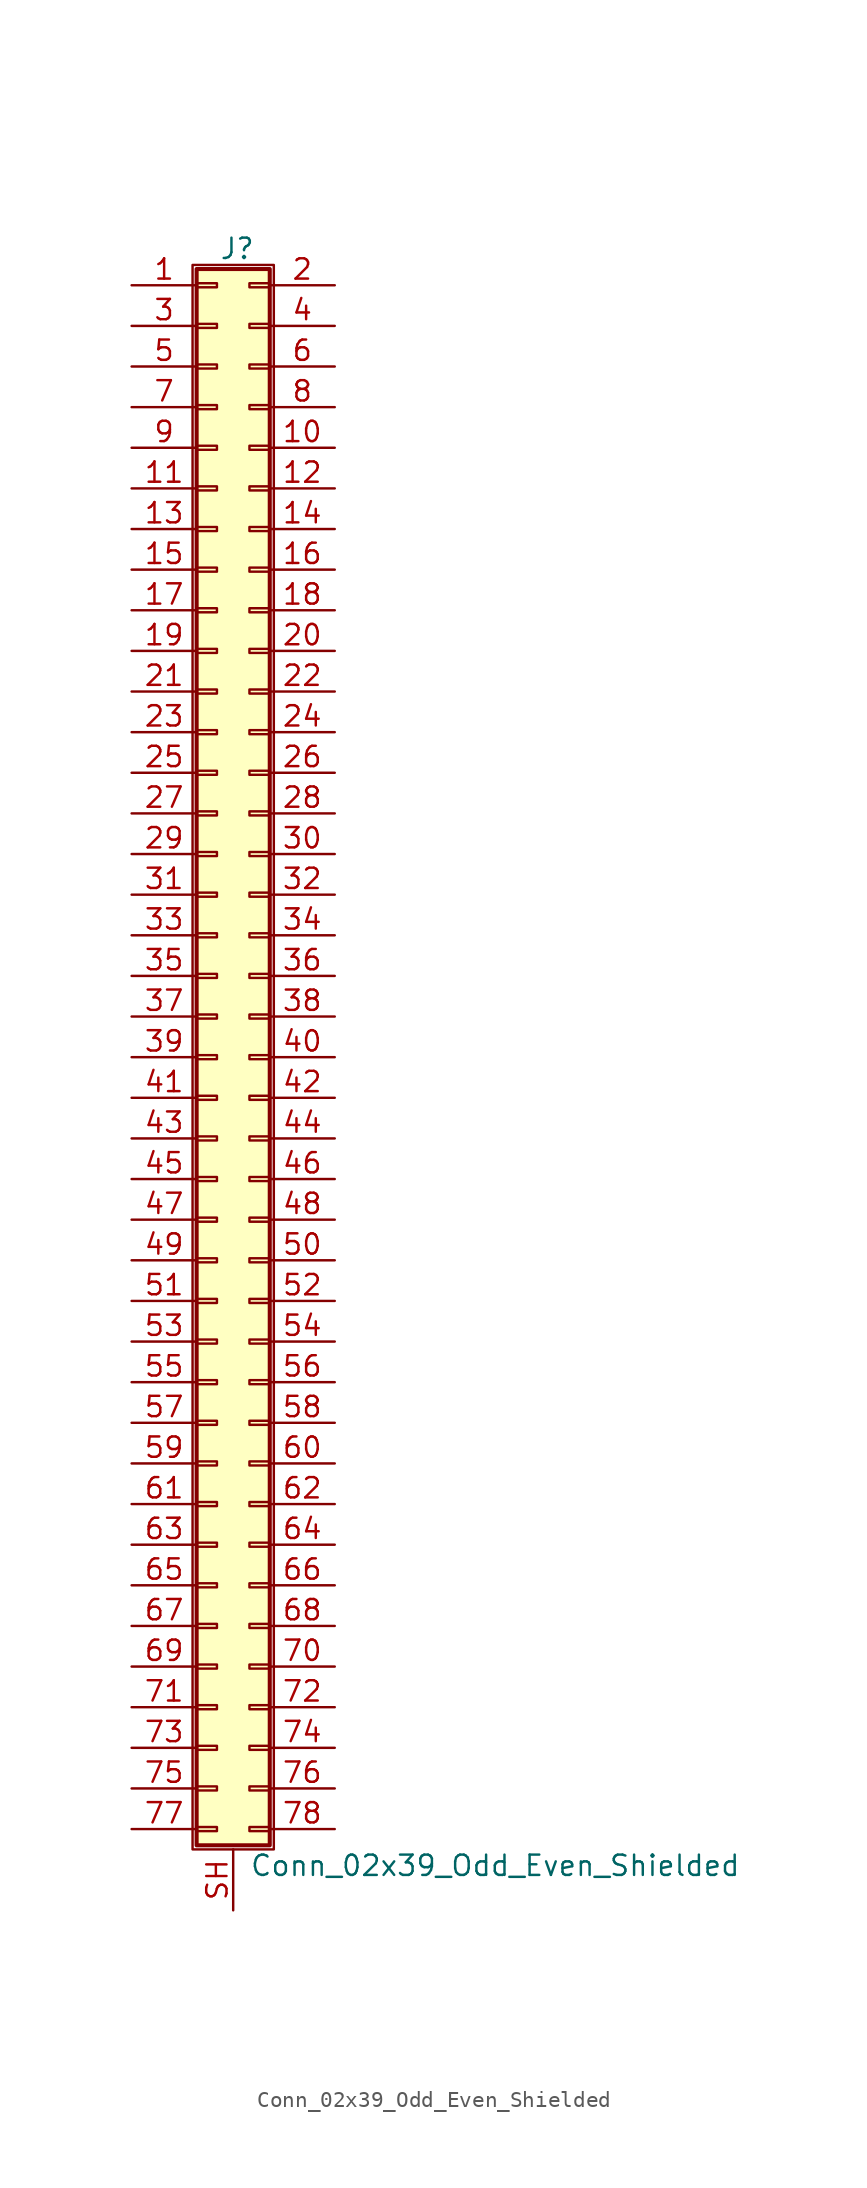
<source format=kicad_sym>
(kicad_symbol_lib
  (version 20201005)
  (generator kicad_symbol_editor)
  (symbol "Connector_Generic_Shielded:Conn_02x39_Odd_Even_Shielded"
    (pin_names
      (offset 1.016) hide)
    (property "Reference" "J"
      (at 1.524 50.546 0)
      (effects (font (size 1.27 1.27))))
    (property "Value" "Conn_02x39_Odd_Even_Shielded"
      (at 2.286 -50.546 0)
      (effects (font (size 1.27 1.27)) (justify left)))
    (symbol "Conn_02x39_Odd_Even_Shielded_1_1"
      (rectangle (start -1.016 -27.813) (end 0.254 -28.067) (stroke (width 0.152)) (fill (type none)))
      (rectangle (start -1.016 -30.353) (end 0.254 -30.607) (stroke (width 0.152)) (fill (type none)))
      (rectangle (start -1.016 -32.893) (end 0.254 -33.147) (stroke (width 0.152)) (fill (type none)))
      (rectangle (start -1.016 -35.433) (end 0.254 -35.687) (stroke (width 0.152)) (fill (type none)))
      (rectangle (start -1.016 -37.973) (end 0.254 -38.227) (stroke (width 0.152)) (fill (type none)))
      (rectangle (start -1.016 -40.513) (end 0.254 -40.767) (stroke (width 0.152)) (fill (type none)))
      (rectangle (start -1.016 -43.053) (end 0.254 -43.307) (stroke (width 0.152)) (fill (type none)))
      (rectangle (start -1.016 -45.593) (end 0.254 -45.847) (stroke (width 0.152)) (fill (type none)))
      (rectangle (start -1.016 -48.133) (end 0.254 -48.387) (stroke (width 0.152)) (fill (type none)))
      (rectangle (start -1.016 -4.953) (end 0.254 -5.207) (stroke (width 0.152)) (fill (type none)))
      (rectangle (start -1.016 -7.493) (end 0.254 -7.747) (stroke (width 0.152)) (fill (type none)))
      (rectangle (start -1.016 -10.033) (end 0.254 -10.287) (stroke (width 0.152)) (fill (type none)))
      (rectangle (start -1.016 -12.573) (end 0.254 -12.827) (stroke (width 0.152)) (fill (type none)))
      (rectangle (start -1.016 -15.113) (end 0.254 -15.367) (stroke (width 0.152)) (fill (type none)))
      (rectangle (start -1.016 -17.653) (end 0.254 -17.907) (stroke (width 0.152)) (fill (type none)))
      (rectangle (start -1.016 -20.193) (end 0.254 -20.447) (stroke (width 0.152)) (fill (type none)))
      (rectangle (start -1.016 -22.733) (end 0.254 -22.987) (stroke (width 0.152)) (fill (type none)))
      (rectangle (start -1.016 -2.413) (end 0.254 -2.667) (stroke (width 0.152)) (fill (type none)))
      (rectangle (start -1.016 -25.273) (end 0.254 -25.527) (stroke (width 0.152)) (fill (type none)))
      (rectangle (start -1.016 25.527) (end 0.254 25.273) (stroke (width 0.152)) (fill (type none)))
      (rectangle (start -1.016 2.667) (end 0.254 2.413) (stroke (width 0.152)) (fill (type none)))
      (rectangle (start -1.016 28.067) (end 0.254 27.813) (stroke (width 0.152)) (fill (type none)))
      (rectangle (start -1.016 30.607) (end 0.254 30.353) (stroke (width 0.152)) (fill (type none)))
      (rectangle (start -1.016 33.147) (end 0.254 32.893) (stroke (width 0.152)) (fill (type none)))
      (rectangle (start -1.016 35.687) (end 0.254 35.433) (stroke (width 0.152)) (fill (type none)))
      (rectangle (start -1.016 38.227) (end 0.254 37.973) (stroke (width 0.152)) (fill (type none)))
      (rectangle (start -1.016 40.767) (end 0.254 40.513) (stroke (width 0.152)) (fill (type none)))
      (rectangle (start -1.016 43.307) (end 0.254 43.053) (stroke (width 0.152)) (fill (type none)))
      (rectangle (start -1.016 45.847) (end 0.254 45.593) (stroke (width 0.152)) (fill (type none)))
      (rectangle (start -1.016 48.387) (end 0.254 48.133) (stroke (width 0.152)) (fill (type none)))
      (rectangle (start -1.016 49.276) (end 3.556 -49.276) (stroke (width 0.254)) (fill (type background)))
      (rectangle (start -1.016 5.207) (end 0.254 4.953) (stroke (width 0.152)) (fill (type none)))
      (rectangle (start -1.016 7.747) (end 0.254 7.493) (stroke (width 0.152)) (fill (type none)))
      (rectangle (start -1.016 10.287) (end 0.254 10.033) (stroke (width 0.152)) (fill (type none)))
      (rectangle (start -1.016 0.127) (end 0.254 -0.127) (stroke (width 0.152)) (fill (type none)))
      (rectangle (start -1.016 12.827) (end 0.254 12.573) (stroke (width 0.152)) (fill (type none)))
      (rectangle (start -1.016 15.367) (end 0.254 15.113) (stroke (width 0.152)) (fill (type none)))
      (rectangle (start -1.016 17.907) (end 0.254 17.653) (stroke (width 0.152)) (fill (type none)))
      (rectangle (start -1.016 20.447) (end 0.254 20.193) (stroke (width 0.152)) (fill (type none)))
      (rectangle (start -1.016 22.987) (end 0.254 22.733) (stroke (width 0.152)) (fill (type none)))
      (rectangle (start -1.27 49.53) (end 3.81 -49.53) (stroke (width 0.152)) (fill (type none)))
      (rectangle (start 3.556 -27.813) (end 2.286 -28.067) (stroke (width 0.152)) (fill (type none)))
      (rectangle (start 3.556 -30.353) (end 2.286 -30.607) (stroke (width 0.152)) (fill (type none)))
      (rectangle (start 3.556 -32.893) (end 2.286 -33.147) (stroke (width 0.152)) (fill (type none)))
      (rectangle (start 3.556 -35.433) (end 2.286 -35.687) (stroke (width 0.152)) (fill (type none)))
      (rectangle (start 3.556 -37.973) (end 2.286 -38.227) (stroke (width 0.152)) (fill (type none)))
      (rectangle (start 3.556 -40.513) (end 2.286 -40.767) (stroke (width 0.152)) (fill (type none)))
      (rectangle (start 3.556 -43.053) (end 2.286 -43.307) (stroke (width 0.152)) (fill (type none)))
      (rectangle (start 3.556 -45.593) (end 2.286 -45.847) (stroke (width 0.152)) (fill (type none)))
      (rectangle (start 3.556 -48.133) (end 2.286 -48.387) (stroke (width 0.152)) (fill (type none)))
      (rectangle (start 3.556 -4.953) (end 2.286 -5.207) (stroke (width 0.152)) (fill (type none)))
      (rectangle (start 3.556 -7.493) (end 2.286 -7.747) (stroke (width 0.152)) (fill (type none)))
      (rectangle (start 3.556 -10.033) (end 2.286 -10.287) (stroke (width 0.152)) (fill (type none)))
      (rectangle (start 3.556 -12.573) (end 2.286 -12.827) (stroke (width 0.152)) (fill (type none)))
      (rectangle (start 3.556 -15.113) (end 2.286 -15.367) (stroke (width 0.152)) (fill (type none)))
      (rectangle (start 3.556 -17.653) (end 2.286 -17.907) (stroke (width 0.152)) (fill (type none)))
      (rectangle (start 3.556 -20.193) (end 2.286 -20.447) (stroke (width 0.152)) (fill (type none)))
      (rectangle (start 3.556 -22.733) (end 2.286 -22.987) (stroke (width 0.152)) (fill (type none)))
      (rectangle (start 3.556 -2.413) (end 2.286 -2.667) (stroke (width 0.152)) (fill (type none)))
      (rectangle (start 3.556 -25.273) (end 2.286 -25.527) (stroke (width 0.152)) (fill (type none)))
      (rectangle (start 3.556 25.527) (end 2.286 25.273) (stroke (width 0.152)) (fill (type none)))
      (rectangle (start 3.556 2.667) (end 2.286 2.413) (stroke (width 0.152)) (fill (type none)))
      (rectangle (start 3.556 28.067) (end 2.286 27.813) (stroke (width 0.152)) (fill (type none)))
      (rectangle (start 3.556 30.607) (end 2.286 30.353) (stroke (width 0.152)) (fill (type none)))
      (rectangle (start 3.556 33.147) (end 2.286 32.893) (stroke (width 0.152)) (fill (type none)))
      (rectangle (start 3.556 35.687) (end 2.286 35.433) (stroke (width 0.152)) (fill (type none)))
      (rectangle (start 3.556 38.227) (end 2.286 37.973) (stroke (width 0.152)) (fill (type none)))
      (rectangle (start 3.556 40.767) (end 2.286 40.513) (stroke (width 0.152)) (fill (type none)))
      (rectangle (start 3.556 43.307) (end 2.286 43.053) (stroke (width 0.152)) (fill (type none)))
      (rectangle (start 3.556 45.847) (end 2.286 45.593) (stroke (width 0.152)) (fill (type none)))
      (rectangle (start 3.556 48.387) (end 2.286 48.133) (stroke (width 0.152)) (fill (type none)))
      (rectangle (start 3.556 5.207) (end 2.286 4.953) (stroke (width 0.152)) (fill (type none)))
      (rectangle (start 3.556 7.747) (end 2.286 7.493) (stroke (width 0.152)) (fill (type none)))
      (rectangle (start 3.556 10.287) (end 2.286 10.033) (stroke (width 0.152)) (fill (type none)))
      (rectangle (start 3.556 0.127) (end 2.286 -0.127) (stroke (width 0.152)) (fill (type none)))
      (rectangle (start 3.556 12.827) (end 2.286 12.573) (stroke (width 0.152)) (fill (type none)))
      (rectangle (start 3.556 15.367) (end 2.286 15.113) (stroke (width 0.152)) (fill (type none)))
      (rectangle (start 3.556 17.907) (end 2.286 17.653) (stroke (width 0.152)) (fill (type none)))
      (rectangle (start 3.556 20.447) (end 2.286 20.193) (stroke (width 0.152)) (fill (type none)))
      (rectangle (start 3.556 22.987) (end 2.286 22.733) (stroke (width 0.152)) (fill (type none)))
      (pin passive line (at -5.08 48.26 0) (length 4.064) (name "Pin_1" (effects (font (size 1.27 1.27)))) (number "1" (effects (font (size 1.27 1.27)))))
      (pin passive line (at 7.62 38.1 180) (length 4.064) (name "Pin_10" (effects (font (size 1.27 1.27)))) (number "10" (effects (font (size 1.27 1.27)))))
      (pin passive line (at -5.08 35.56 0) (length 4.064) (name "Pin_11" (effects (font (size 1.27 1.27)))) (number "11" (effects (font (size 1.27 1.27)))))
      (pin passive line (at 7.62 35.56 180) (length 4.064) (name "Pin_12" (effects (font (size 1.27 1.27)))) (number "12" (effects (font (size 1.27 1.27)))))
      (pin passive line (at -5.08 33.02 0) (length 4.064) (name "Pin_13" (effects (font (size 1.27 1.27)))) (number "13" (effects (font (size 1.27 1.27)))))
      (pin passive line (at 7.62 33.02 180) (length 4.064) (name "Pin_14" (effects (font (size 1.27 1.27)))) (number "14" (effects (font (size 1.27 1.27)))))
      (pin passive line (at -5.08 30.48 0) (length 4.064) (name "Pin_15" (effects (font (size 1.27 1.27)))) (number "15" (effects (font (size 1.27 1.27)))))
      (pin passive line (at 7.62 30.48 180) (length 4.064) (name "Pin_16" (effects (font (size 1.27 1.27)))) (number "16" (effects (font (size 1.27 1.27)))))
      (pin passive line (at -5.08 27.94 0) (length 4.064) (name "Pin_17" (effects (font (size 1.27 1.27)))) (number "17" (effects (font (size 1.27 1.27)))))
      (pin passive line (at 7.62 27.94 180) (length 4.064) (name "Pin_18" (effects (font (size 1.27 1.27)))) (number "18" (effects (font (size 1.27 1.27)))))
      (pin passive line (at -5.08 25.4 0) (length 4.064) (name "Pin_19" (effects (font (size 1.27 1.27)))) (number "19" (effects (font (size 1.27 1.27)))))
      (pin passive line (at 7.62 48.26 180) (length 4.064) (name "Pin_2" (effects (font (size 1.27 1.27)))) (number "2" (effects (font (size 1.27 1.27)))))
      (pin passive line (at 7.62 25.4 180) (length 4.064) (name "Pin_20" (effects (font (size 1.27 1.27)))) (number "20" (effects (font (size 1.27 1.27)))))
      (pin passive line (at -5.08 22.86 0) (length 4.064) (name "Pin_21" (effects (font (size 1.27 1.27)))) (number "21" (effects (font (size 1.27 1.27)))))
      (pin passive line (at 7.62 22.86 180) (length 4.064) (name "Pin_22" (effects (font (size 1.27 1.27)))) (number "22" (effects (font (size 1.27 1.27)))))
      (pin passive line (at -5.08 20.32 0) (length 4.064) (name "Pin_23" (effects (font (size 1.27 1.27)))) (number "23" (effects (font (size 1.27 1.27)))))
      (pin passive line (at 7.62 20.32 180) (length 4.064) (name "Pin_24" (effects (font (size 1.27 1.27)))) (number "24" (effects (font (size 1.27 1.27)))))
      (pin passive line (at -5.08 17.78 0) (length 4.064) (name "Pin_25" (effects (font (size 1.27 1.27)))) (number "25" (effects (font (size 1.27 1.27)))))
      (pin passive line (at 7.62 17.78 180) (length 4.064) (name "Pin_26" (effects (font (size 1.27 1.27)))) (number "26" (effects (font (size 1.27 1.27)))))
      (pin passive line (at -5.08 15.24 0) (length 4.064) (name "Pin_27" (effects (font (size 1.27 1.27)))) (number "27" (effects (font (size 1.27 1.27)))))
      (pin passive line (at 7.62 15.24 180) (length 4.064) (name "Pin_28" (effects (font (size 1.27 1.27)))) (number "28" (effects (font (size 1.27 1.27)))))
      (pin passive line (at -5.08 12.7 0) (length 4.064) (name "Pin_29" (effects (font (size 1.27 1.27)))) (number "29" (effects (font (size 1.27 1.27)))))
      (pin passive line (at -5.08 45.72 0) (length 4.064) (name "Pin_3" (effects (font (size 1.27 1.27)))) (number "3" (effects (font (size 1.27 1.27)))))
      (pin passive line (at 7.62 12.7 180) (length 4.064) (name "Pin_30" (effects (font (size 1.27 1.27)))) (number "30" (effects (font (size 1.27 1.27)))))
      (pin passive line (at -5.08 10.16 0) (length 4.064) (name "Pin_31" (effects (font (size 1.27 1.27)))) (number "31" (effects (font (size 1.27 1.27)))))
      (pin passive line (at 7.62 10.16 180) (length 4.064) (name "Pin_32" (effects (font (size 1.27 1.27)))) (number "32" (effects (font (size 1.27 1.27)))))
      (pin passive line (at -5.08 7.62 0) (length 4.064) (name "Pin_33" (effects (font (size 1.27 1.27)))) (number "33" (effects (font (size 1.27 1.27)))))
      (pin passive line (at 7.62 7.62 180) (length 4.064) (name "Pin_34" (effects (font (size 1.27 1.27)))) (number "34" (effects (font (size 1.27 1.27)))))
      (pin passive line (at -5.08 5.08 0) (length 4.064) (name "Pin_35" (effects (font (size 1.27 1.27)))) (number "35" (effects (font (size 1.27 1.27)))))
      (pin passive line (at 7.62 5.08 180) (length 4.064) (name "Pin_36" (effects (font (size 1.27 1.27)))) (number "36" (effects (font (size 1.27 1.27)))))
      (pin passive line (at -5.08 2.54 0) (length 4.064) (name "Pin_37" (effects (font (size 1.27 1.27)))) (number "37" (effects (font (size 1.27 1.27)))))
      (pin passive line (at 7.62 2.54 180) (length 4.064) (name "Pin_38" (effects (font (size 1.27 1.27)))) (number "38" (effects (font (size 1.27 1.27)))))
      (pin passive line (at -5.08 0 0) (length 4.064) (name "Pin_39" (effects (font (size 1.27 1.27)))) (number "39" (effects (font (size 1.27 1.27)))))
      (pin passive line (at 7.62 45.72 180) (length 4.064) (name "Pin_4" (effects (font (size 1.27 1.27)))) (number "4" (effects (font (size 1.27 1.27)))))
      (pin passive line (at 7.62 0 180) (length 4.064) (name "Pin_40" (effects (font (size 1.27 1.27)))) (number "40" (effects (font (size 1.27 1.27)))))
      (pin passive line (at -5.08 -2.54 0) (length 4.064) (name "Pin_41" (effects (font (size 1.27 1.27)))) (number "41" (effects (font (size 1.27 1.27)))))
      (pin passive line (at 7.62 -2.54 180) (length 4.064) (name "Pin_42" (effects (font (size 1.27 1.27)))) (number "42" (effects (font (size 1.27 1.27)))))
      (pin passive line (at -5.08 -5.08 0) (length 4.064) (name "Pin_43" (effects (font (size 1.27 1.27)))) (number "43" (effects (font (size 1.27 1.27)))))
      (pin passive line (at 7.62 -5.08 180) (length 4.064) (name "Pin_44" (effects (font (size 1.27 1.27)))) (number "44" (effects (font (size 1.27 1.27)))))
      (pin passive line (at -5.08 -7.62 0) (length 4.064) (name "Pin_45" (effects (font (size 1.27 1.27)))) (number "45" (effects (font (size 1.27 1.27)))))
      (pin passive line (at 7.62 -7.62 180) (length 4.064) (name "Pin_46" (effects (font (size 1.27 1.27)))) (number "46" (effects (font (size 1.27 1.27)))))
      (pin passive line (at -5.08 -10.16 0) (length 4.064) (name "Pin_47" (effects (font (size 1.27 1.27)))) (number "47" (effects (font (size 1.27 1.27)))))
      (pin passive line (at 7.62 -10.16 180) (length 4.064) (name "Pin_48" (effects (font (size 1.27 1.27)))) (number "48" (effects (font (size 1.27 1.27)))))
      (pin passive line (at -5.08 -12.7 0) (length 4.064) (name "Pin_49" (effects (font (size 1.27 1.27)))) (number "49" (effects (font (size 1.27 1.27)))))
      (pin passive line (at -5.08 43.18 0) (length 4.064) (name "Pin_5" (effects (font (size 1.27 1.27)))) (number "5" (effects (font (size 1.27 1.27)))))
      (pin passive line (at 7.62 -12.7 180) (length 4.064) (name "Pin_50" (effects (font (size 1.27 1.27)))) (number "50" (effects (font (size 1.27 1.27)))))
      (pin passive line (at -5.08 -15.24 0) (length 4.064) (name "Pin_51" (effects (font (size 1.27 1.27)))) (number "51" (effects (font (size 1.27 1.27)))))
      (pin passive line (at 7.62 -15.24 180) (length 4.064) (name "Pin_52" (effects (font (size 1.27 1.27)))) (number "52" (effects (font (size 1.27 1.27)))))
      (pin passive line (at -5.08 -17.78 0) (length 4.064) (name "Pin_53" (effects (font (size 1.27 1.27)))) (number "53" (effects (font (size 1.27 1.27)))))
      (pin passive line (at 7.62 -17.78 180) (length 4.064) (name "Pin_54" (effects (font (size 1.27 1.27)))) (number "54" (effects (font (size 1.27 1.27)))))
      (pin passive line (at -5.08 -20.32 0) (length 4.064) (name "Pin_55" (effects (font (size 1.27 1.27)))) (number "55" (effects (font (size 1.27 1.27)))))
      (pin passive line (at 7.62 -20.32 180) (length 4.064) (name "Pin_56" (effects (font (size 1.27 1.27)))) (number "56" (effects (font (size 1.27 1.27)))))
      (pin passive line (at -5.08 -22.86 0) (length 4.064) (name "Pin_57" (effects (font (size 1.27 1.27)))) (number "57" (effects (font (size 1.27 1.27)))))
      (pin passive line (at 7.62 -22.86 180) (length 4.064) (name "Pin_58" (effects (font (size 1.27 1.27)))) (number "58" (effects (font (size 1.27 1.27)))))
      (pin passive line (at -5.08 -25.4 0) (length 4.064) (name "Pin_59" (effects (font (size 1.27 1.27)))) (number "59" (effects (font (size 1.27 1.27)))))
      (pin passive line (at 7.62 43.18 180) (length 4.064) (name "Pin_6" (effects (font (size 1.27 1.27)))) (number "6" (effects (font (size 1.27 1.27)))))
      (pin passive line (at 7.62 -25.4 180) (length 4.064) (name "Pin_60" (effects (font (size 1.27 1.27)))) (number "60" (effects (font (size 1.27 1.27)))))
      (pin passive line (at -5.08 -27.94 0) (length 4.064) (name "Pin_61" (effects (font (size 1.27 1.27)))) (number "61" (effects (font (size 1.27 1.27)))))
      (pin passive line (at 7.62 -27.94 180) (length 4.064) (name "Pin_62" (effects (font (size 1.27 1.27)))) (number "62" (effects (font (size 1.27 1.27)))))
      (pin passive line (at -5.08 -30.48 0) (length 4.064) (name "Pin_63" (effects (font (size 1.27 1.27)))) (number "63" (effects (font (size 1.27 1.27)))))
      (pin passive line (at 7.62 -30.48 180) (length 4.064) (name "Pin_64" (effects (font (size 1.27 1.27)))) (number "64" (effects (font (size 1.27 1.27)))))
      (pin passive line (at -5.08 -33.02 0) (length 4.064) (name "Pin_65" (effects (font (size 1.27 1.27)))) (number "65" (effects (font (size 1.27 1.27)))))
      (pin passive line (at 7.62 -33.02 180) (length 4.064) (name "Pin_66" (effects (font (size 1.27 1.27)))) (number "66" (effects (font (size 1.27 1.27)))))
      (pin passive line (at -5.08 -35.56 0) (length 4.064) (name "Pin_67" (effects (font (size 1.27 1.27)))) (number "67" (effects (font (size 1.27 1.27)))))
      (pin passive line (at 7.62 -35.56 180) (length 4.064) (name "Pin_68" (effects (font (size 1.27 1.27)))) (number "68" (effects (font (size 1.27 1.27)))))
      (pin passive line (at -5.08 -38.1 0) (length 4.064) (name "Pin_69" (effects (font (size 1.27 1.27)))) (number "69" (effects (font (size 1.27 1.27)))))
      (pin passive line (at -5.08 40.64 0) (length 4.064) (name "Pin_7" (effects (font (size 1.27 1.27)))) (number "7" (effects (font (size 1.27 1.27)))))
      (pin passive line (at 7.62 -38.1 180) (length 4.064) (name "Pin_70" (effects (font (size 1.27 1.27)))) (number "70" (effects (font (size 1.27 1.27)))))
      (pin passive line (at -5.08 -40.64 0) (length 4.064) (name "Pin_71" (effects (font (size 1.27 1.27)))) (number "71" (effects (font (size 1.27 1.27)))))
      (pin passive line (at 7.62 -40.64 180) (length 4.064) (name "Pin_72" (effects (font (size 1.27 1.27)))) (number "72" (effects (font (size 1.27 1.27)))))
      (pin passive line (at -5.08 -43.18 0) (length 4.064) (name "Pin_73" (effects (font (size 1.27 1.27)))) (number "73" (effects (font (size 1.27 1.27)))))
      (pin passive line (at 7.62 -43.18 180) (length 4.064) (name "Pin_74" (effects (font (size 1.27 1.27)))) (number "74" (effects (font (size 1.27 1.27)))))
      (pin passive line (at -5.08 -45.72 0) (length 4.064) (name "Pin_75" (effects (font (size 1.27 1.27)))) (number "75" (effects (font (size 1.27 1.27)))))
      (pin passive line (at 7.62 -45.72 180) (length 4.064) (name "Pin_76" (effects (font (size 1.27 1.27)))) (number "76" (effects (font (size 1.27 1.27)))))
      (pin passive line (at -5.08 -48.26 0) (length 4.064) (name "Pin_77" (effects (font (size 1.27 1.27)))) (number "77" (effects (font (size 1.27 1.27)))))
      (pin passive line (at 7.62 -48.26 180) (length 4.064) (name "Pin_78" (effects (font (size 1.27 1.27)))) (number "78" (effects (font (size 1.27 1.27)))))
      (pin passive line (at 7.62 40.64 180) (length 4.064) (name "Pin_8" (effects (font (size 1.27 1.27)))) (number "8" (effects (font (size 1.27 1.27)))))
      (pin passive line (at -5.08 38.1 0) (length 4.064) (name "Pin_9" (effects (font (size 1.27 1.27)))) (number "9" (effects (font (size 1.27 1.27)))))
      (pin passive line (at 1.27 -53.34 90) (length 3.81) (name "Shield" (effects (font (size 1.27 1.27)))) (number "SH" (effects (font (size 1.27 1.27))))))))
</source>
